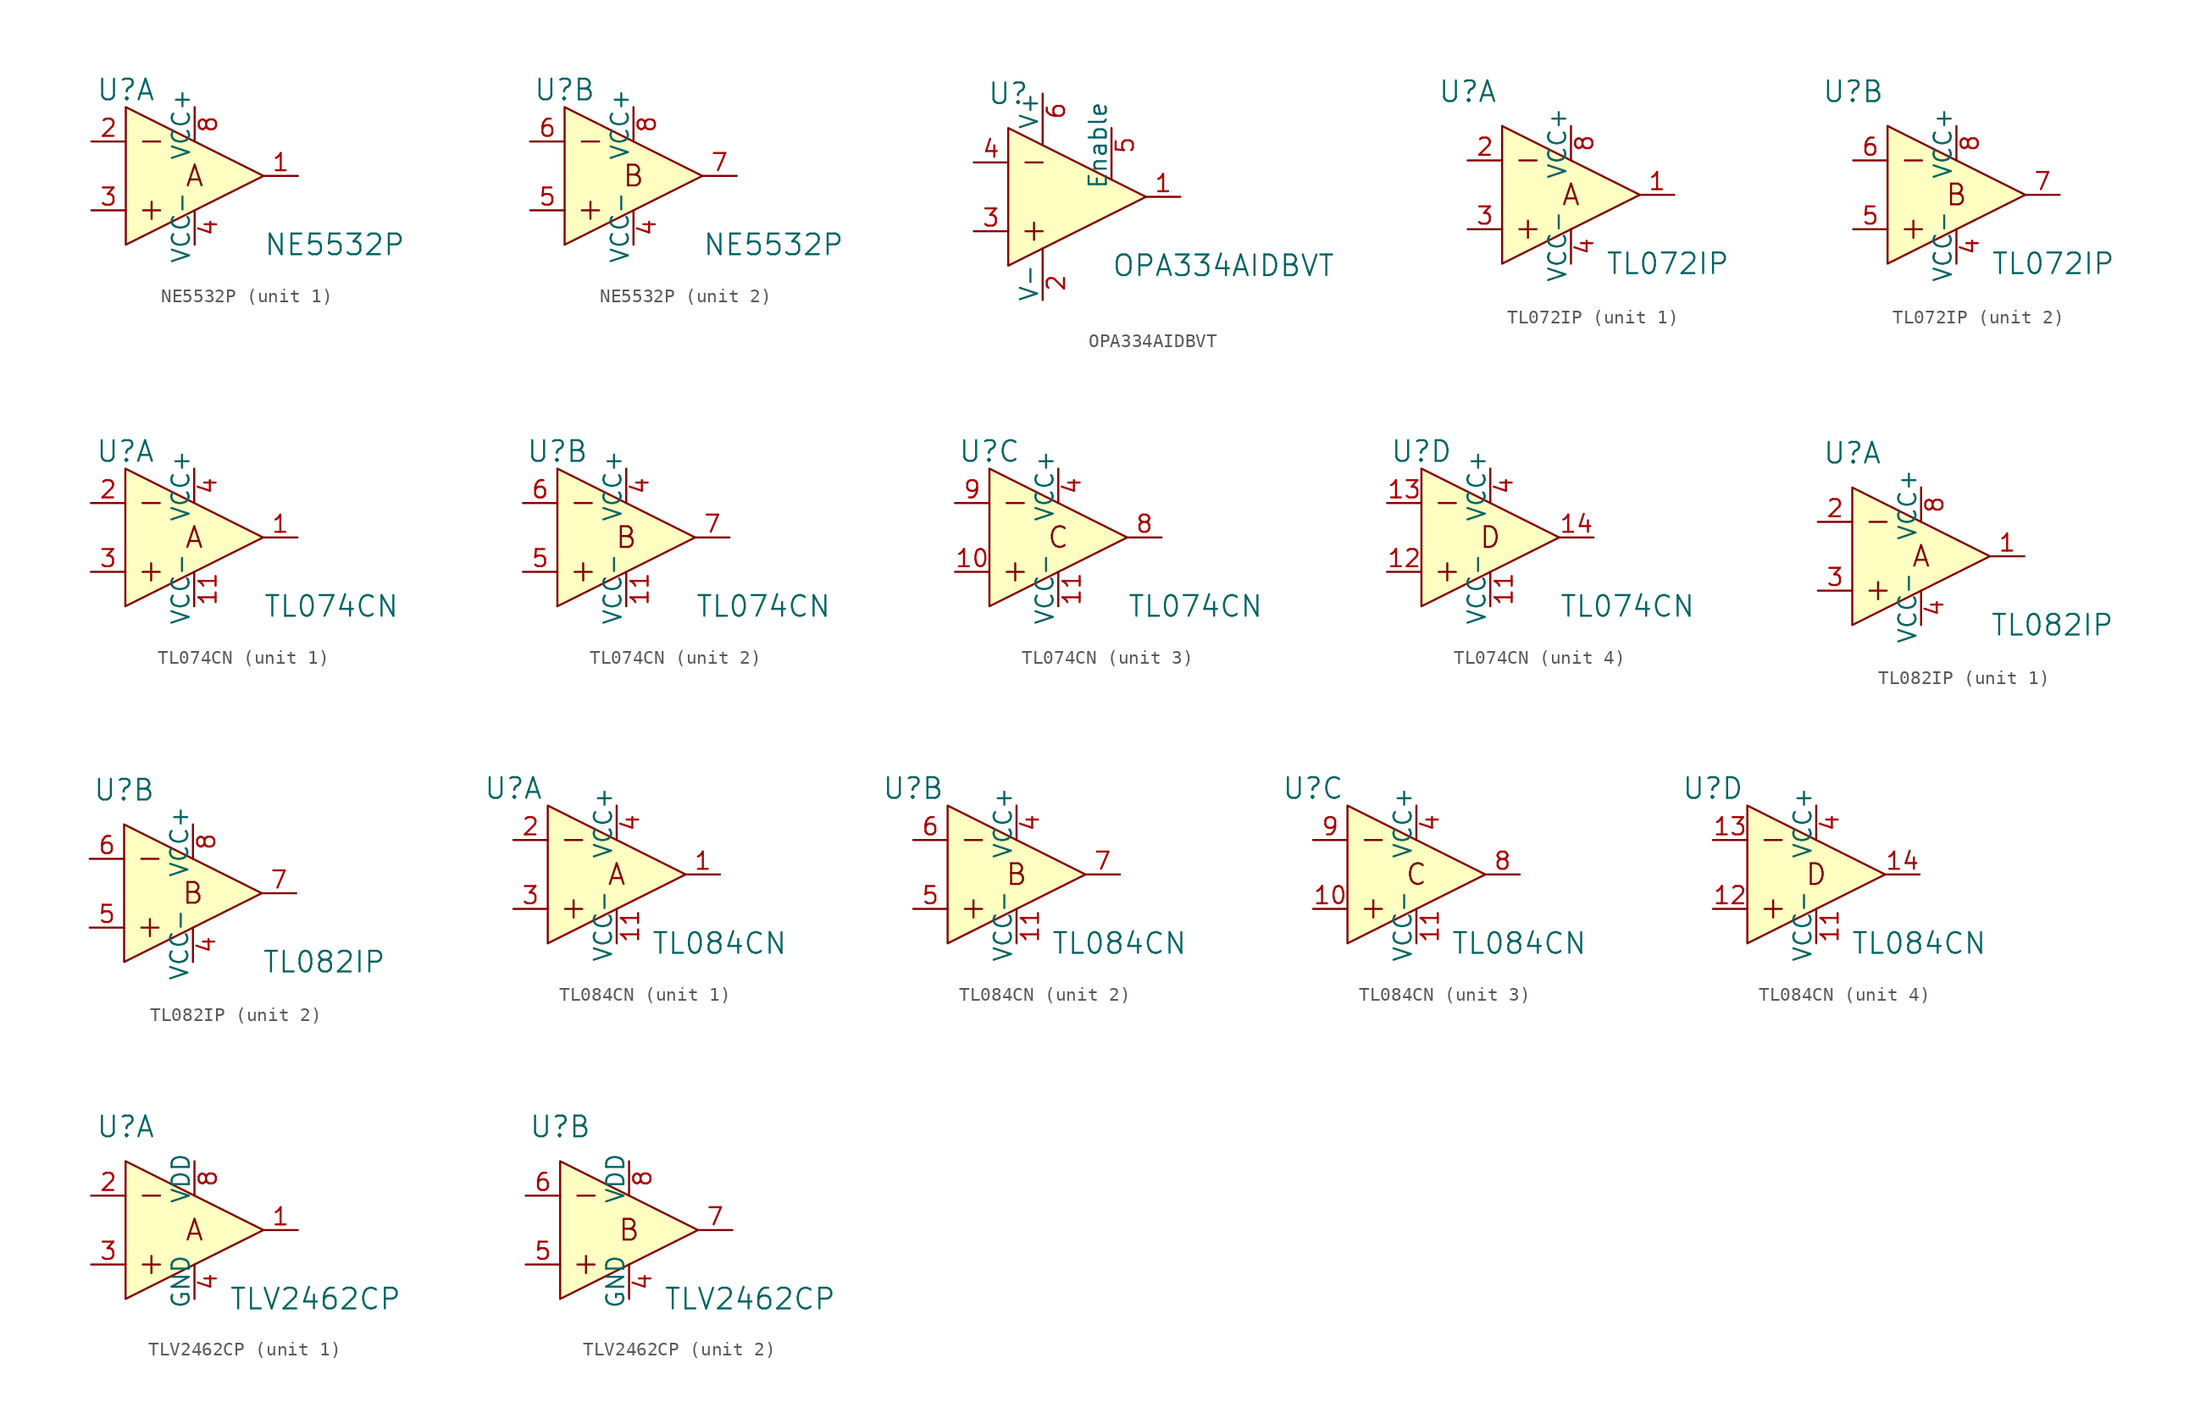
<source format=kicad_sym>
(kicad_symbol_lib
  (version 20201005)
  (generator kicad_symbol_editor)
  (symbol "NE5532P"
    (pin_names
      (offset 0))
    (property "Reference" "U"
      (at -5.08 6.35 0)
      (effects (font (size 1.524 1.524))))
    (property "Value" "NE5532P"
      (at 5.08 -5.08 0)
      (effects (font (size 1.524 1.524)) (justify left)))
    (property "ki_locked" ""
      (at 0 0 0)
      (effects (font (size 1.27 1.27))))
    (symbol "NE5532P_0_0"
      (polyline (pts (xy -3.81 -2.54) (xy -2.54 -2.54)) (stroke (width 0)) (fill (type none)))
      (polyline (pts (xy -3.81 2.54) (xy -2.54 2.54)) (stroke (width 0)) (fill (type none)))
      (polyline (pts (xy -3.175 -1.905) (xy -3.175 -3.175)) (stroke (width 0)) (fill (type none)))
      (polyline (pts (xy -5.08 5.08) (xy -5.08 -5.08) (xy 5.08 0) (xy -5.08 5.08)) (stroke (width 0)) (fill (type background))))
    (symbol "NE5532P_1_0"
      (text "A" (at 0 0 0) (effects (font (size 1.524 1.524)))))
    (symbol "NE5532P_1_1"
      (pin output line (at 7.62 0 180) (length 2.54) (name "~" (effects (font (size 1.27 1.27)))) (number "1" (effects (font (size 1.27 1.27)))))
      (pin input line (at -7.62 2.54 0) (length 2.54) (name "~" (effects (font (size 1.27 1.27)))) (number "2" (effects (font (size 1.27 1.27)))))
      (pin input line (at -7.62 -2.54 0) (length 2.54) (name "~" (effects (font (size 1.27 1.27)))) (number "3" (effects (font (size 1.27 1.27)))))
      (pin power_in line (at 0 -5.08 90) (length 2.54) (name "VCC-" (effects (font (size 1.27 1.27)))) (number "4" (effects (font (size 1.27 1.27)))))
      (pin power_in line (at 0 5.08 270) (length 2.54) (name "VCC+" (effects (font (size 1.27 1.27)))) (number "8" (effects (font (size 1.27 1.27))))))
    (symbol "NE5532P_2_0"
      (text "B" (at 0 0 0) (effects (font (size 1.524 1.524)))))
    (symbol "NE5532P_2_1"
      (pin power_in line (at 0 -5.08 90) (length 2.54) (name "VCC-" (effects (font (size 1.27 1.27)))) (number "4" (effects (font (size 1.27 1.27)))))
      (pin input line (at -7.62 -2.54 0) (length 2.54) (name "~" (effects (font (size 1.27 1.27)))) (number "5" (effects (font (size 1.27 1.27)))))
      (pin input line (at -7.62 2.54 0) (length 2.54) (name "~" (effects (font (size 1.27 1.27)))) (number "6" (effects (font (size 1.27 1.27)))))
      (pin output line (at 7.62 0 180) (length 2.54) (name "~" (effects (font (size 1.27 1.27)))) (number "7" (effects (font (size 1.27 1.27)))))
      (pin power_in line (at 0 5.08 270) (length 2.54) (name "VCC+" (effects (font (size 1.27 1.27)))) (number "8" (effects (font (size 1.27 1.27)))))))
  (symbol "OPA334AIDBVT"
    (pin_names
      (offset 0))
    (property "Reference" "U"
      (at -5.08 7.62 0)
      (effects (font (size 1.524 1.524))))
    (property "Value" "OPA334AIDBVT"
      (at 2.54 -5.08 0)
      (effects (font (size 1.524 1.524)) (justify left)))
    (symbol "OPA334AIDBVT_0_0"
      (polyline (pts (xy -3.81 -2.54) (xy -2.54 -2.54)) (stroke (width 0)) (fill (type none)))
      (polyline (pts (xy -3.81 2.54) (xy -2.54 2.54)) (stroke (width 0)) (fill (type none)))
      (polyline (pts (xy -3.175 -1.905) (xy -3.175 -3.175)) (stroke (width 0)) (fill (type none)))
      (polyline (pts (xy -2.54 -5.08) (xy -2.54 -3.81)) (stroke (width 0)) (fill (type none)))
      (polyline (pts (xy -5.08 5.08) (xy -5.08 -5.08) (xy 5.08 0) (xy -5.08 5.08)) (stroke (width 0)) (fill (type background))))
    (symbol "OPA334AIDBVT_1_0"
      (polyline (pts (xy -2.54 5.08) (xy -2.54 3.81)) (stroke (width 0)) (fill (type none)))
      (polyline (pts (xy 2.54 2.54) (xy 2.54 1.27)) (stroke (width 0)) (fill (type none))))
    (symbol "OPA334AIDBVT_1_1"
      (pin output line (at 7.62 0 180) (length 2.54) (name "~" (effects (font (size 1.27 1.27)))) (number "1" (effects (font (size 1.27 1.27)))))
      (pin power_in line (at -2.54 -7.62 90) (length 2.54) (name "V-" (effects (font (size 1.27 1.27)))) (number "2" (effects (font (size 1.27 1.27)))))
      (pin input line (at -7.62 -2.54 0) (length 2.54) (name "~" (effects (font (size 1.27 1.27)))) (number "3" (effects (font (size 1.27 1.27)))))
      (pin input line (at -7.62 2.54 0) (length 2.54) (name "~" (effects (font (size 1.27 1.27)))) (number "4" (effects (font (size 1.27 1.27)))))
      (pin input line (at 2.54 5.08 270) (length 2.54) (name "Enable" (effects (font (size 1.27 1.27)))) (number "5" (effects (font (size 1.27 1.27)))))
      (pin power_in line (at -2.54 7.62 270) (length 2.54) (name "V+" (effects (font (size 1.27 1.27)))) (number "6" (effects (font (size 1.27 1.27)))))))
  (symbol "TL072IP"
    (pin_names
      (offset 0))
    (property "Reference" "U"
      (at -7.62 7.62 0)
      (effects (font (size 1.524 1.524))))
    (property "Value" "TL072IP"
      (at 2.54 -5.08 0)
      (effects (font (size 1.524 1.524)) (justify left)))
    (property "ki_locked" ""
      (at 0 0 0)
      (effects (font (size 1.27 1.27))))
    (symbol "TL072IP_0_1"
      (polyline (pts (xy -5.08 5.08) (xy 5.08 0)) (stroke (width 0)) (fill (type none)))
      (polyline (pts (xy -3.81 -2.54) (xy -2.54 -2.54)) (stroke (width 0)) (fill (type none)))
      (polyline (pts (xy -3.81 2.54) (xy -2.54 2.54)) (stroke (width 0)) (fill (type none)))
      (polyline (pts (xy -3.175 -1.905) (xy -3.175 -3.175)) (stroke (width 0)) (fill (type none)))
      (polyline (pts (xy -5.08 5.08) (xy -5.08 -5.08) (xy 5.08 0)) (stroke (width 0)) (fill (type background))))
    (symbol "TL072IP_1_0"
      (text "A" (at 0 0 0) (effects (font (size 1.524 1.524)))))
    (symbol "TL072IP_1_1"
      (pin output line (at 7.62 0 180) (length 2.54) (name "~" (effects (font (size 1.27 1.27)))) (number "1" (effects (font (size 1.27 1.27)))))
      (pin input line (at -7.62 2.54 0) (length 2.54) (name "~" (effects (font (size 1.27 1.27)))) (number "2" (effects (font (size 1.27 1.27)))))
      (pin input line (at -7.62 -2.54 0) (length 2.54) (name "~" (effects (font (size 1.27 1.27)))) (number "3" (effects (font (size 1.27 1.27)))))
      (pin power_in line (at 0 -5.08 90) (length 2.54) (name "VCC-" (effects (font (size 1.27 1.27)))) (number "4" (effects (font (size 1.27 1.27)))))
      (pin power_in line (at 0 5.08 270) (length 2.54) (name "VCC+" (effects (font (size 1.27 1.27)))) (number "8" (effects (font (size 1.27 1.27))))))
    (symbol "TL072IP_2_0"
      (text "B" (at 0 0 0) (effects (font (size 1.524 1.524)))))
    (symbol "TL072IP_2_1"
      (pin power_in line (at 0 -5.08 90) (length 2.54) (name "VCC-" (effects (font (size 1.27 1.27)))) (number "4" (effects (font (size 1.27 1.27)))))
      (pin input line (at -7.62 -2.54 0) (length 2.54) (name "~" (effects (font (size 1.27 1.27)))) (number "5" (effects (font (size 1.27 1.27)))))
      (pin input line (at -7.62 2.54 0) (length 2.54) (name "~" (effects (font (size 1.27 1.27)))) (number "6" (effects (font (size 1.27 1.27)))))
      (pin output line (at 7.62 0 180) (length 2.54) (name "~" (effects (font (size 1.27 1.27)))) (number "7" (effects (font (size 1.27 1.27)))))
      (pin power_in line (at 0 5.08 270) (length 2.54) (name "VCC+" (effects (font (size 1.27 1.27)))) (number "8" (effects (font (size 1.27 1.27)))))))
  (symbol "TL074CN"
    (pin_names
      (offset 0))
    (property "Reference" "U"
      (at -5.08 6.35 0)
      (effects (font (size 1.524 1.524))))
    (property "Value" "TL074CN"
      (at 5.08 -5.08 0)
      (effects (font (size 1.524 1.524)) (justify left)))
    (property "ki_locked" ""
      (at 0 0 0)
      (effects (font (size 1.27 1.27))))
    (symbol "TL074CN_0_0"
      (polyline (pts (xy -3.81 -2.54) (xy -2.54 -2.54)) (stroke (width 0)) (fill (type none)))
      (polyline (pts (xy -3.81 2.54) (xy -2.54 2.54)) (stroke (width 0)) (fill (type none)))
      (polyline (pts (xy -3.175 -1.905) (xy -3.175 -3.175)) (stroke (width 0)) (fill (type none)))
      (polyline (pts (xy -5.08 5.08) (xy -5.08 -5.08) (xy 5.08 0) (xy -5.08 5.08)) (stroke (width 0)) (fill (type background))))
    (symbol "TL074CN_1_0"
      (text "A" (at 0 0 0) (effects (font (size 1.524 1.524)))))
    (symbol "TL074CN_1_1"
      (pin output line (at 7.62 0 180) (length 2.54) (name "~" (effects (font (size 1.27 1.27)))) (number "1" (effects (font (size 1.27 1.27)))))
      (pin input line (at -7.62 2.54 0) (length 2.54) (name "~" (effects (font (size 1.27 1.27)))) (number "2" (effects (font (size 1.27 1.27)))))
      (pin input line (at -7.62 -2.54 0) (length 2.54) (name "~" (effects (font (size 1.27 1.27)))) (number "3" (effects (font (size 1.27 1.27)))))
      (pin power_in line (at 0 5.08 270) (length 2.54) (name "VCC+" (effects (font (size 1.27 1.27)))) (number "4" (effects (font (size 1.27 1.27)))))
      (pin power_in line (at 0 -5.08 90) (length 2.54) (name "VCC-" (effects (font (size 1.27 1.27)))) (number "11" (effects (font (size 1.27 1.27))))))
    (symbol "TL074CN_2_0"
      (text "B" (at 0 0 0) (effects (font (size 1.524 1.524)))))
    (symbol "TL074CN_2_1"
      (pin power_in line (at 0 5.08 270) (length 2.54) (name "VCC+" (effects (font (size 1.27 1.27)))) (number "4" (effects (font (size 1.27 1.27)))))
      (pin input line (at -7.62 -2.54 0) (length 2.54) (name "~" (effects (font (size 1.27 1.27)))) (number "5" (effects (font (size 1.27 1.27)))))
      (pin input line (at -7.62 2.54 0) (length 2.54) (name "~" (effects (font (size 1.27 1.27)))) (number "6" (effects (font (size 1.27 1.27)))))
      (pin output line (at 7.62 0 180) (length 2.54) (name "~" (effects (font (size 1.27 1.27)))) (number "7" (effects (font (size 1.27 1.27)))))
      (pin power_in line (at 0 -5.08 90) (length 2.54) (name "VCC-" (effects (font (size 1.27 1.27)))) (number "11" (effects (font (size 1.27 1.27))))))
    (symbol "TL074CN_3_0"
      (text "C" (at 0 0 0) (effects (font (size 1.524 1.524)))))
    (symbol "TL074CN_3_1"
      (pin power_in line (at 0 5.08 270) (length 2.54) (name "VCC+" (effects (font (size 1.27 1.27)))) (number "4" (effects (font (size 1.27 1.27)))))
      (pin output line (at 7.62 0 180) (length 2.54) (name "~" (effects (font (size 1.27 1.27)))) (number "8" (effects (font (size 1.27 1.27)))))
      (pin input line (at -7.62 2.54 0) (length 2.54) (name "~" (effects (font (size 1.27 1.27)))) (number "9" (effects (font (size 1.27 1.27)))))
      (pin input line (at -7.62 -2.54 0) (length 2.54) (name "~" (effects (font (size 1.27 1.27)))) (number "10" (effects (font (size 1.27 1.27)))))
      (pin power_in line (at 0 -5.08 90) (length 2.54) (name "VCC-" (effects (font (size 1.27 1.27)))) (number "11" (effects (font (size 1.27 1.27))))))
    (symbol "TL074CN_4_0"
      (text "D" (at 0 0 0) (effects (font (size 1.524 1.524)))))
    (symbol "TL074CN_4_1"
      (pin power_in line (at 0 5.08 270) (length 2.54) (name "VCC+" (effects (font (size 1.27 1.27)))) (number "4" (effects (font (size 1.27 1.27)))))
      (pin power_in line (at 0 -5.08 90) (length 2.54) (name "VCC-" (effects (font (size 1.27 1.27)))) (number "11" (effects (font (size 1.27 1.27)))))
      (pin input line (at -7.62 -2.54 0) (length 2.54) (name "~" (effects (font (size 1.27 1.27)))) (number "12" (effects (font (size 1.27 1.27)))))
      (pin input line (at -7.62 2.54 0) (length 2.54) (name "~" (effects (font (size 1.27 1.27)))) (number "13" (effects (font (size 1.27 1.27)))))
      (pin output line (at 7.62 0 180) (length 2.54) (name "~" (effects (font (size 1.27 1.27)))) (number "14" (effects (font (size 1.27 1.27)))))))
  (symbol "TL082IP"
    (pin_names
      (offset 0))
    (property "Reference" "U"
      (at -5.08 7.62 0)
      (effects (font (size 1.524 1.524))))
    (property "Value" "TL082IP"
      (at 5.08 -5.08 0)
      (effects (font (size 1.524 1.524)) (justify left)))
    (property "ki_locked" ""
      (at 0 0 0)
      (effects (font (size 1.27 1.27))))
    (symbol "TL082IP_0_0"
      (polyline (pts (xy -3.81 -2.54) (xy -2.54 -2.54)) (stroke (width 0)) (fill (type none)))
      (polyline (pts (xy -3.81 2.54) (xy -2.54 2.54)) (stroke (width 0)) (fill (type none)))
      (polyline (pts (xy -3.175 -1.905) (xy -3.175 -3.175)) (stroke (width 0)) (fill (type none)))
      (polyline (pts (xy -5.08 5.08) (xy -5.08 -5.08) (xy 5.08 0) (xy -5.08 5.08)) (stroke (width 0)) (fill (type background))))
    (symbol "TL082IP_1_0"
      (text "A" (at 0 0 0) (effects (font (size 1.524 1.524)))))
    (symbol "TL082IP_1_1"
      (pin output line (at 7.62 0 180) (length 2.54) (name "~" (effects (font (size 1.27 1.27)))) (number "1" (effects (font (size 1.27 1.27)))))
      (pin input line (at -7.62 2.54 0) (length 2.54) (name "~" (effects (font (size 1.27 1.27)))) (number "2" (effects (font (size 1.27 1.27)))))
      (pin input line (at -7.62 -2.54 0) (length 2.54) (name "~" (effects (font (size 1.27 1.27)))) (number "3" (effects (font (size 1.27 1.27)))))
      (pin power_in line (at 0 -5.08 90) (length 2.54) (name "VCC-" (effects (font (size 1.27 1.27)))) (number "4" (effects (font (size 1.27 1.27)))))
      (pin power_in line (at 0 5.08 270) (length 2.54) (name "VCC+" (effects (font (size 1.27 1.27)))) (number "8" (effects (font (size 1.27 1.27))))))
    (symbol "TL082IP_2_0"
      (text "B" (at 0 0 0) (effects (font (size 1.524 1.524)))))
    (symbol "TL082IP_2_1"
      (pin power_in line (at 0 -5.08 90) (length 2.54) (name "VCC-" (effects (font (size 1.27 1.27)))) (number "4" (effects (font (size 1.27 1.27)))))
      (pin input line (at -7.62 -2.54 0) (length 2.54) (name "~" (effects (font (size 1.27 1.27)))) (number "5" (effects (font (size 1.27 1.27)))))
      (pin input line (at -7.62 2.54 0) (length 2.54) (name "~" (effects (font (size 1.27 1.27)))) (number "6" (effects (font (size 1.27 1.27)))))
      (pin output line (at 7.62 0 180) (length 2.54) (name "~" (effects (font (size 1.27 1.27)))) (number "7" (effects (font (size 1.27 1.27)))))
      (pin power_in line (at 0 5.08 270) (length 2.54) (name "VCC+" (effects (font (size 1.27 1.27)))) (number "8" (effects (font (size 1.27 1.27)))))))
  (symbol "TL084CN"
    (pin_names
      (offset 0))
    (property "Reference" "U"
      (at -7.62 6.35 0)
      (effects (font (size 1.524 1.524))))
    (property "Value" "TL084CN"
      (at 2.54 -5.08 0)
      (effects (font (size 1.524 1.524)) (justify left)))
    (property "ki_locked" ""
      (at 0 0 0)
      (effects (font (size 1.27 1.27))))
    (symbol "TL084CN_0_1"
      (polyline (pts (xy -3.81 -2.54) (xy -2.54 -2.54)) (stroke (width 0)) (fill (type none)))
      (polyline (pts (xy -3.81 2.54) (xy -2.54 2.54)) (stroke (width 0)) (fill (type none)))
      (polyline (pts (xy -3.175 -1.905) (xy -3.175 -3.175)) (stroke (width 0)) (fill (type none)))
      (polyline (pts (xy -5.08 5.08) (xy -5.08 -5.08) (xy 5.08 0) (xy -5.08 5.08)) (stroke (width 0)) (fill (type background))))
    (symbol "TL084CN_1_0"
      (text "A" (at 0 0 0) (effects (font (size 1.524 1.524)))))
    (symbol "TL084CN_1_1"
      (pin output line (at 7.62 0 180) (length 2.54) (name "~" (effects (font (size 1.27 1.27)))) (number "1" (effects (font (size 1.27 1.27)))))
      (pin input line (at -7.62 2.54 0) (length 2.54) (name "~" (effects (font (size 1.27 1.27)))) (number "2" (effects (font (size 1.27 1.27)))))
      (pin input line (at -7.62 -2.54 0) (length 2.54) (name "~" (effects (font (size 1.27 1.27)))) (number "3" (effects (font (size 1.27 1.27)))))
      (pin power_in line (at 0 5.08 270) (length 2.54) (name "VCC+" (effects (font (size 1.27 1.27)))) (number "4" (effects (font (size 1.27 1.27)))))
      (pin power_in line (at 0 -5.08 90) (length 2.54) (name "VCC-" (effects (font (size 1.27 1.27)))) (number "11" (effects (font (size 1.27 1.27))))))
    (symbol "TL084CN_2_0"
      (text "B" (at 0 0 0) (effects (font (size 1.524 1.524)))))
    (symbol "TL084CN_2_1"
      (pin power_in line (at 0 5.08 270) (length 2.54) (name "VCC+" (effects (font (size 1.27 1.27)))) (number "4" (effects (font (size 1.27 1.27)))))
      (pin input line (at -7.62 -2.54 0) (length 2.54) (name "~" (effects (font (size 1.27 1.27)))) (number "5" (effects (font (size 1.27 1.27)))))
      (pin input line (at -7.62 2.54 0) (length 2.54) (name "~" (effects (font (size 1.27 1.27)))) (number "6" (effects (font (size 1.27 1.27)))))
      (pin output line (at 7.62 0 180) (length 2.54) (name "~" (effects (font (size 1.27 1.27)))) (number "7" (effects (font (size 1.27 1.27)))))
      (pin power_in line (at 0 -5.08 90) (length 2.54) (name "VCC-" (effects (font (size 1.27 1.27)))) (number "11" (effects (font (size 1.27 1.27))))))
    (symbol "TL084CN_3_0"
      (text "C" (at 0 0 0) (effects (font (size 1.524 1.524)))))
    (symbol "TL084CN_3_1"
      (pin power_in line (at 0 5.08 270) (length 2.54) (name "VCC+" (effects (font (size 1.27 1.27)))) (number "4" (effects (font (size 1.27 1.27)))))
      (pin output line (at 7.62 0 180) (length 2.54) (name "~" (effects (font (size 1.27 1.27)))) (number "8" (effects (font (size 1.27 1.27)))))
      (pin input line (at -7.62 2.54 0) (length 2.54) (name "~" (effects (font (size 1.27 1.27)))) (number "9" (effects (font (size 1.27 1.27)))))
      (pin input line (at -7.62 -2.54 0) (length 2.54) (name "~" (effects (font (size 1.27 1.27)))) (number "10" (effects (font (size 1.27 1.27)))))
      (pin power_in line (at 0 -5.08 90) (length 2.54) (name "VCC-" (effects (font (size 1.27 1.27)))) (number "11" (effects (font (size 1.27 1.27))))))
    (symbol "TL084CN_4_0"
      (text "D" (at 0 0 0) (effects (font (size 1.524 1.524)))))
    (symbol "TL084CN_4_1"
      (pin power_in line (at 0 5.08 270) (length 2.54) (name "VCC+" (effects (font (size 1.27 1.27)))) (number "4" (effects (font (size 1.27 1.27)))))
      (pin power_in line (at 0 -5.08 90) (length 2.54) (name "VCC-" (effects (font (size 1.27 1.27)))) (number "11" (effects (font (size 1.27 1.27)))))
      (pin input line (at -7.62 -2.54 0) (length 2.54) (name "~" (effects (font (size 1.27 1.27)))) (number "12" (effects (font (size 1.27 1.27)))))
      (pin input line (at -7.62 2.54 0) (length 2.54) (name "~" (effects (font (size 1.27 1.27)))) (number "13" (effects (font (size 1.27 1.27)))))
      (pin output line (at 7.62 0 180) (length 2.54) (name "~" (effects (font (size 1.27 1.27)))) (number "14" (effects (font (size 1.27 1.27)))))))
  (symbol "TLV2462CP"
    (pin_names
      (offset 0))
    (property "Reference" "U"
      (at -5.08 7.62 0)
      (effects (font (size 1.524 1.524))))
    (property "Value" "TLV2462CP"
      (at 2.54 -5.08 0)
      (effects (font (size 1.524 1.524)) (justify left)))
    (property "ki_locked" ""
      (at 0 0 0)
      (effects (font (size 1.27 1.27))))
    (symbol "TLV2462CP_0_0"
      (polyline (pts (xy -3.81 -2.54) (xy -2.54 -2.54)) (stroke (width 0)) (fill (type none)))
      (polyline (pts (xy -3.81 2.54) (xy -2.54 2.54)) (stroke (width 0)) (fill (type none)))
      (polyline (pts (xy -3.175 -1.905) (xy -3.175 -3.175)) (stroke (width 0)) (fill (type none)))
      (polyline (pts (xy -5.08 5.08) (xy -5.08 -5.08) (xy 5.08 0) (xy -5.08 5.08)) (stroke (width 0)) (fill (type background))))
    (symbol "TLV2462CP_1_0"
      (text "A" (at 0 0 0) (effects (font (size 1.524 1.524)))))
    (symbol "TLV2462CP_1_1"
      (pin output line (at 7.62 0 180) (length 2.54) (name "~" (effects (font (size 1.27 1.27)))) (number "1" (effects (font (size 1.27 1.27)))))
      (pin input line (at -7.62 2.54 0) (length 2.54) (name "~" (effects (font (size 1.27 1.27)))) (number "2" (effects (font (size 1.27 1.27)))))
      (pin input line (at -7.62 -2.54 0) (length 2.54) (name "~" (effects (font (size 1.27 1.27)))) (number "3" (effects (font (size 1.27 1.27)))))
      (pin power_in line (at 0 -5.08 90) (length 2.54) (name "GND" (effects (font (size 1.27 1.27)))) (number "4" (effects (font (size 1.27 1.27)))))
      (pin power_in line (at 0 5.08 270) (length 2.54) (name "VDD" (effects (font (size 1.27 1.27)))) (number "8" (effects (font (size 1.27 1.27))))))
    (symbol "TLV2462CP_2_0"
      (text "B" (at 0 0 0) (effects (font (size 1.524 1.524)))))
    (symbol "TLV2462CP_2_1"
      (pin power_in line (at 0 -5.08 90) (length 2.54) (name "GND" (effects (font (size 1.27 1.27)))) (number "4" (effects (font (size 1.27 1.27)))))
      (pin input line (at -7.62 -2.54 0) (length 2.54) (name "~" (effects (font (size 1.27 1.27)))) (number "5" (effects (font (size 1.27 1.27)))))
      (pin input line (at -7.62 2.54 0) (length 2.54) (name "~" (effects (font (size 1.27 1.27)))) (number "6" (effects (font (size 1.27 1.27)))))
      (pin output line (at 7.62 0 180) (length 2.54) (name "~" (effects (font (size 1.27 1.27)))) (number "7" (effects (font (size 1.27 1.27)))))
      (pin power_in line (at 0 5.08 270) (length 2.54) (name "VDD" (effects (font (size 1.27 1.27)))) (number "8" (effects (font (size 1.27 1.27))))))))
</source>
